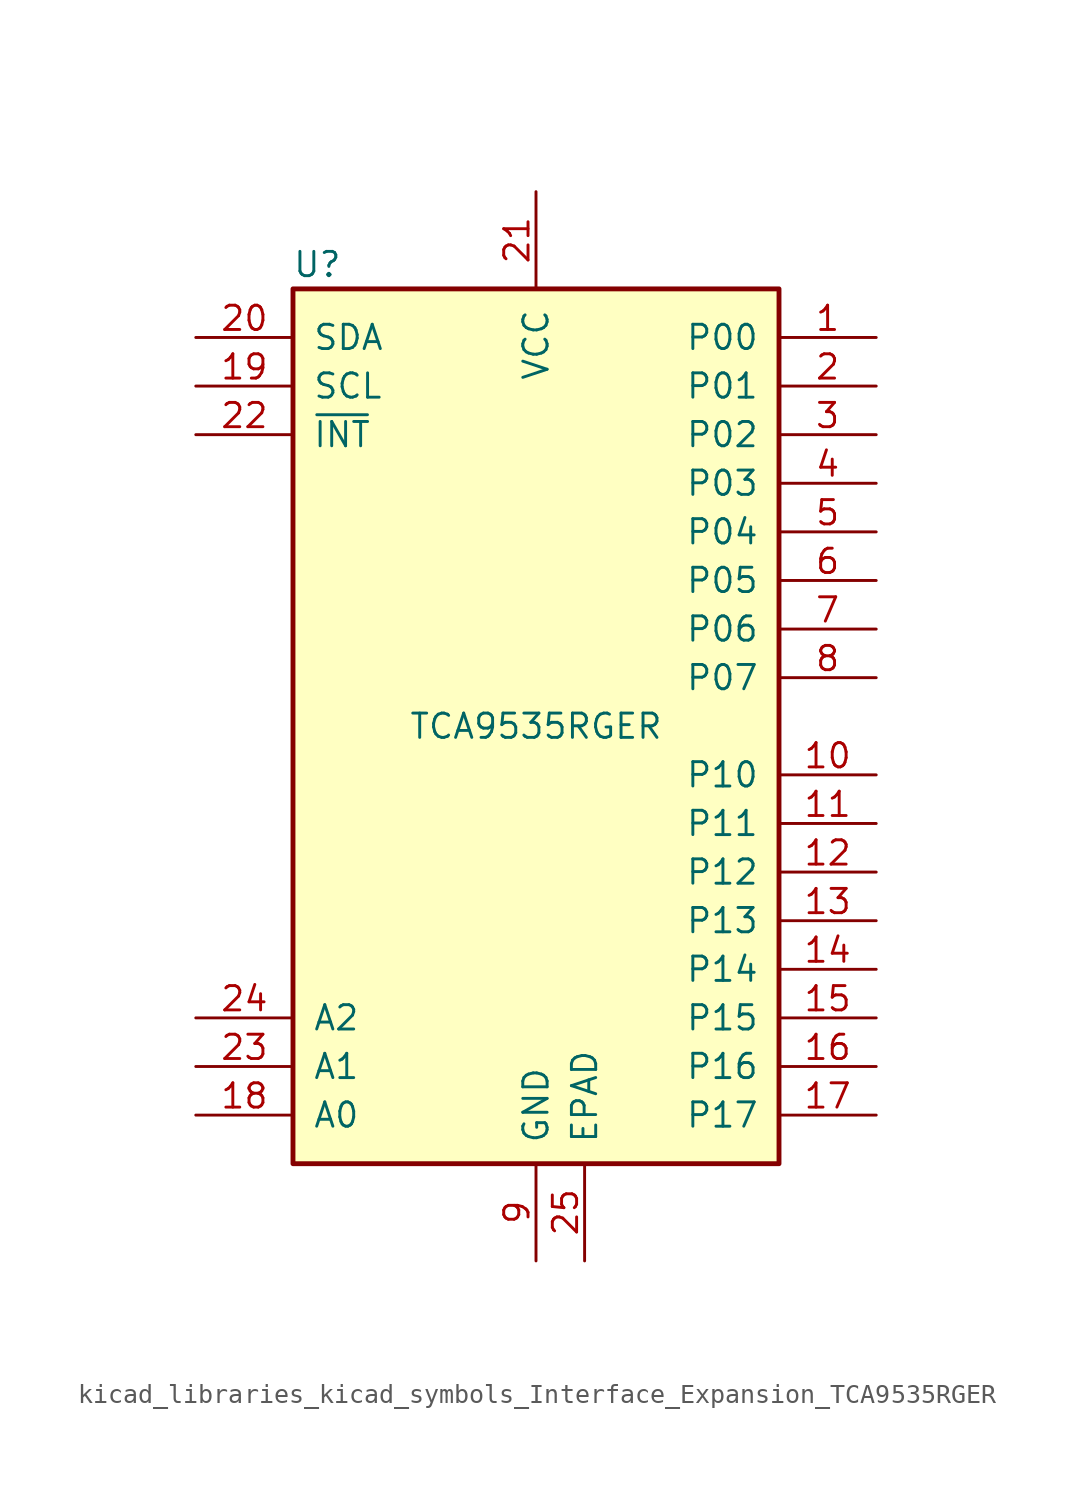
<source format=kicad_sym>
(kicad_symbol_lib
  (version 20220914)
  (generator kicad_symbol_editor)
  (symbol "kicad_libraries_kicad_symbols_Interface_Expansion_TCA9535RGER"
    (pin_names
      (offset 1.016))
    (property "Reference" "U"
      (at -11.43 24.13 0)
      (effects (font (size 1.27 1.27))))
    (property "Value" "TCA9535RGER"
      (at 0 0 0)
      (effects (font (size 1.27 1.27))))
    (symbol "kicad_libraries_kicad_symbols_Interface_Expansion_TCA9535RGER_0_1"
      (rectangle (start -12.7 22.86) (end 12.7 -22.86) (stroke (width 0.254) (type default)) (fill (type background))))
    (symbol "kicad_libraries_kicad_symbols_Interface_Expansion_TCA9535RGER_1_1"
      (pin bidirectional line (at 17.78 20.32 180) (length 5.08) (name "P00" (effects (font (size 1.27 1.27)))) (number "1" (effects (font (size 1.27 1.27)))))
      (pin bidirectional line (at 17.78 -2.54 180) (length 5.08) (name "P10" (effects (font (size 1.27 1.27)))) (number "10" (effects (font (size 1.27 1.27)))))
      (pin bidirectional line (at 17.78 -5.08 180) (length 5.08) (name "P11" (effects (font (size 1.27 1.27)))) (number "11" (effects (font (size 1.27 1.27)))))
      (pin bidirectional line (at 17.78 -7.62 180) (length 5.08) (name "P12" (effects (font (size 1.27 1.27)))) (number "12" (effects (font (size 1.27 1.27)))))
      (pin bidirectional line (at 17.78 -10.16 180) (length 5.08) (name "P13" (effects (font (size 1.27 1.27)))) (number "13" (effects (font (size 1.27 1.27)))))
      (pin bidirectional line (at 17.78 -12.7 180) (length 5.08) (name "P14" (effects (font (size 1.27 1.27)))) (number "14" (effects (font (size 1.27 1.27)))))
      (pin bidirectional line (at 17.78 -15.24 180) (length 5.08) (name "P15" (effects (font (size 1.27 1.27)))) (number "15" (effects (font (size 1.27 1.27)))))
      (pin bidirectional line (at 17.78 -17.78 180) (length 5.08) (name "P16" (effects (font (size 1.27 1.27)))) (number "16" (effects (font (size 1.27 1.27)))))
      (pin bidirectional line (at 17.78 -20.32 180) (length 5.08) (name "P17" (effects (font (size 1.27 1.27)))) (number "17" (effects (font (size 1.27 1.27)))))
      (pin input line (at -17.78 -20.32 0) (length 5.08) (name "A0" (effects (font (size 1.27 1.27)))) (number "18" (effects (font (size 1.27 1.27)))))
      (pin input line (at -17.78 17.78 0) (length 5.08) (name "SCL" (effects (font (size 1.27 1.27)))) (number "19" (effects (font (size 1.27 1.27)))))
      (pin bidirectional line (at 17.78 17.78 180) (length 5.08) (name "P01" (effects (font (size 1.27 1.27)))) (number "2" (effects (font (size 1.27 1.27)))))
      (pin bidirectional line (at -17.78 20.32 0) (length 5.08) (name "SDA" (effects (font (size 1.27 1.27)))) (number "20" (effects (font (size 1.27 1.27)))))
      (pin power_in line (at 0 27.94 270) (length 5.08) (name "VCC" (effects (font (size 1.27 1.27)))) (number "21" (effects (font (size 1.27 1.27)))))
      (pin open_collector line (at -17.78 15.24 0) (length 5.08) (name "~{INT}" (effects (font (size 1.27 1.27)))) (number "22" (effects (font (size 1.27 1.27)))))
      (pin input line (at -17.78 -17.78 0) (length 5.08) (name "A1" (effects (font (size 1.27 1.27)))) (number "23" (effects (font (size 1.27 1.27)))))
      (pin input line (at -17.78 -15.24 0) (length 5.08) (name "A2" (effects (font (size 1.27 1.27)))) (number "24" (effects (font (size 1.27 1.27)))))
      (pin input line (at 2.54 -27.94 90) (length 5.08) (name "EPAD" (effects (font (size 1.27 1.27)))) (number "25" (effects (font (size 1.27 1.27)))))
      (pin bidirectional line (at 17.78 15.24 180) (length 5.08) (name "P02" (effects (font (size 1.27 1.27)))) (number "3" (effects (font (size 1.27 1.27)))))
      (pin bidirectional line (at 17.78 12.7 180) (length 5.08) (name "P03" (effects (font (size 1.27 1.27)))) (number "4" (effects (font (size 1.27 1.27)))))
      (pin bidirectional line (at 17.78 10.16 180) (length 5.08) (name "P04" (effects (font (size 1.27 1.27)))) (number "5" (effects (font (size 1.27 1.27)))))
      (pin bidirectional line (at 17.78 7.62 180) (length 5.08) (name "P05" (effects (font (size 1.27 1.27)))) (number "6" (effects (font (size 1.27 1.27)))))
      (pin bidirectional line (at 17.78 5.08 180) (length 5.08) (name "P06" (effects (font (size 1.27 1.27)))) (number "7" (effects (font (size 1.27 1.27)))))
      (pin bidirectional line (at 17.78 2.54 180) (length 5.08) (name "P07" (effects (font (size 1.27 1.27)))) (number "8" (effects (font (size 1.27 1.27)))))
      (pin power_in line (at 0 -27.94 90) (length 5.08) (name "GND" (effects (font (size 1.27 1.27)))) (number "9" (effects (font (size 1.27 1.27))))))))
</source>
